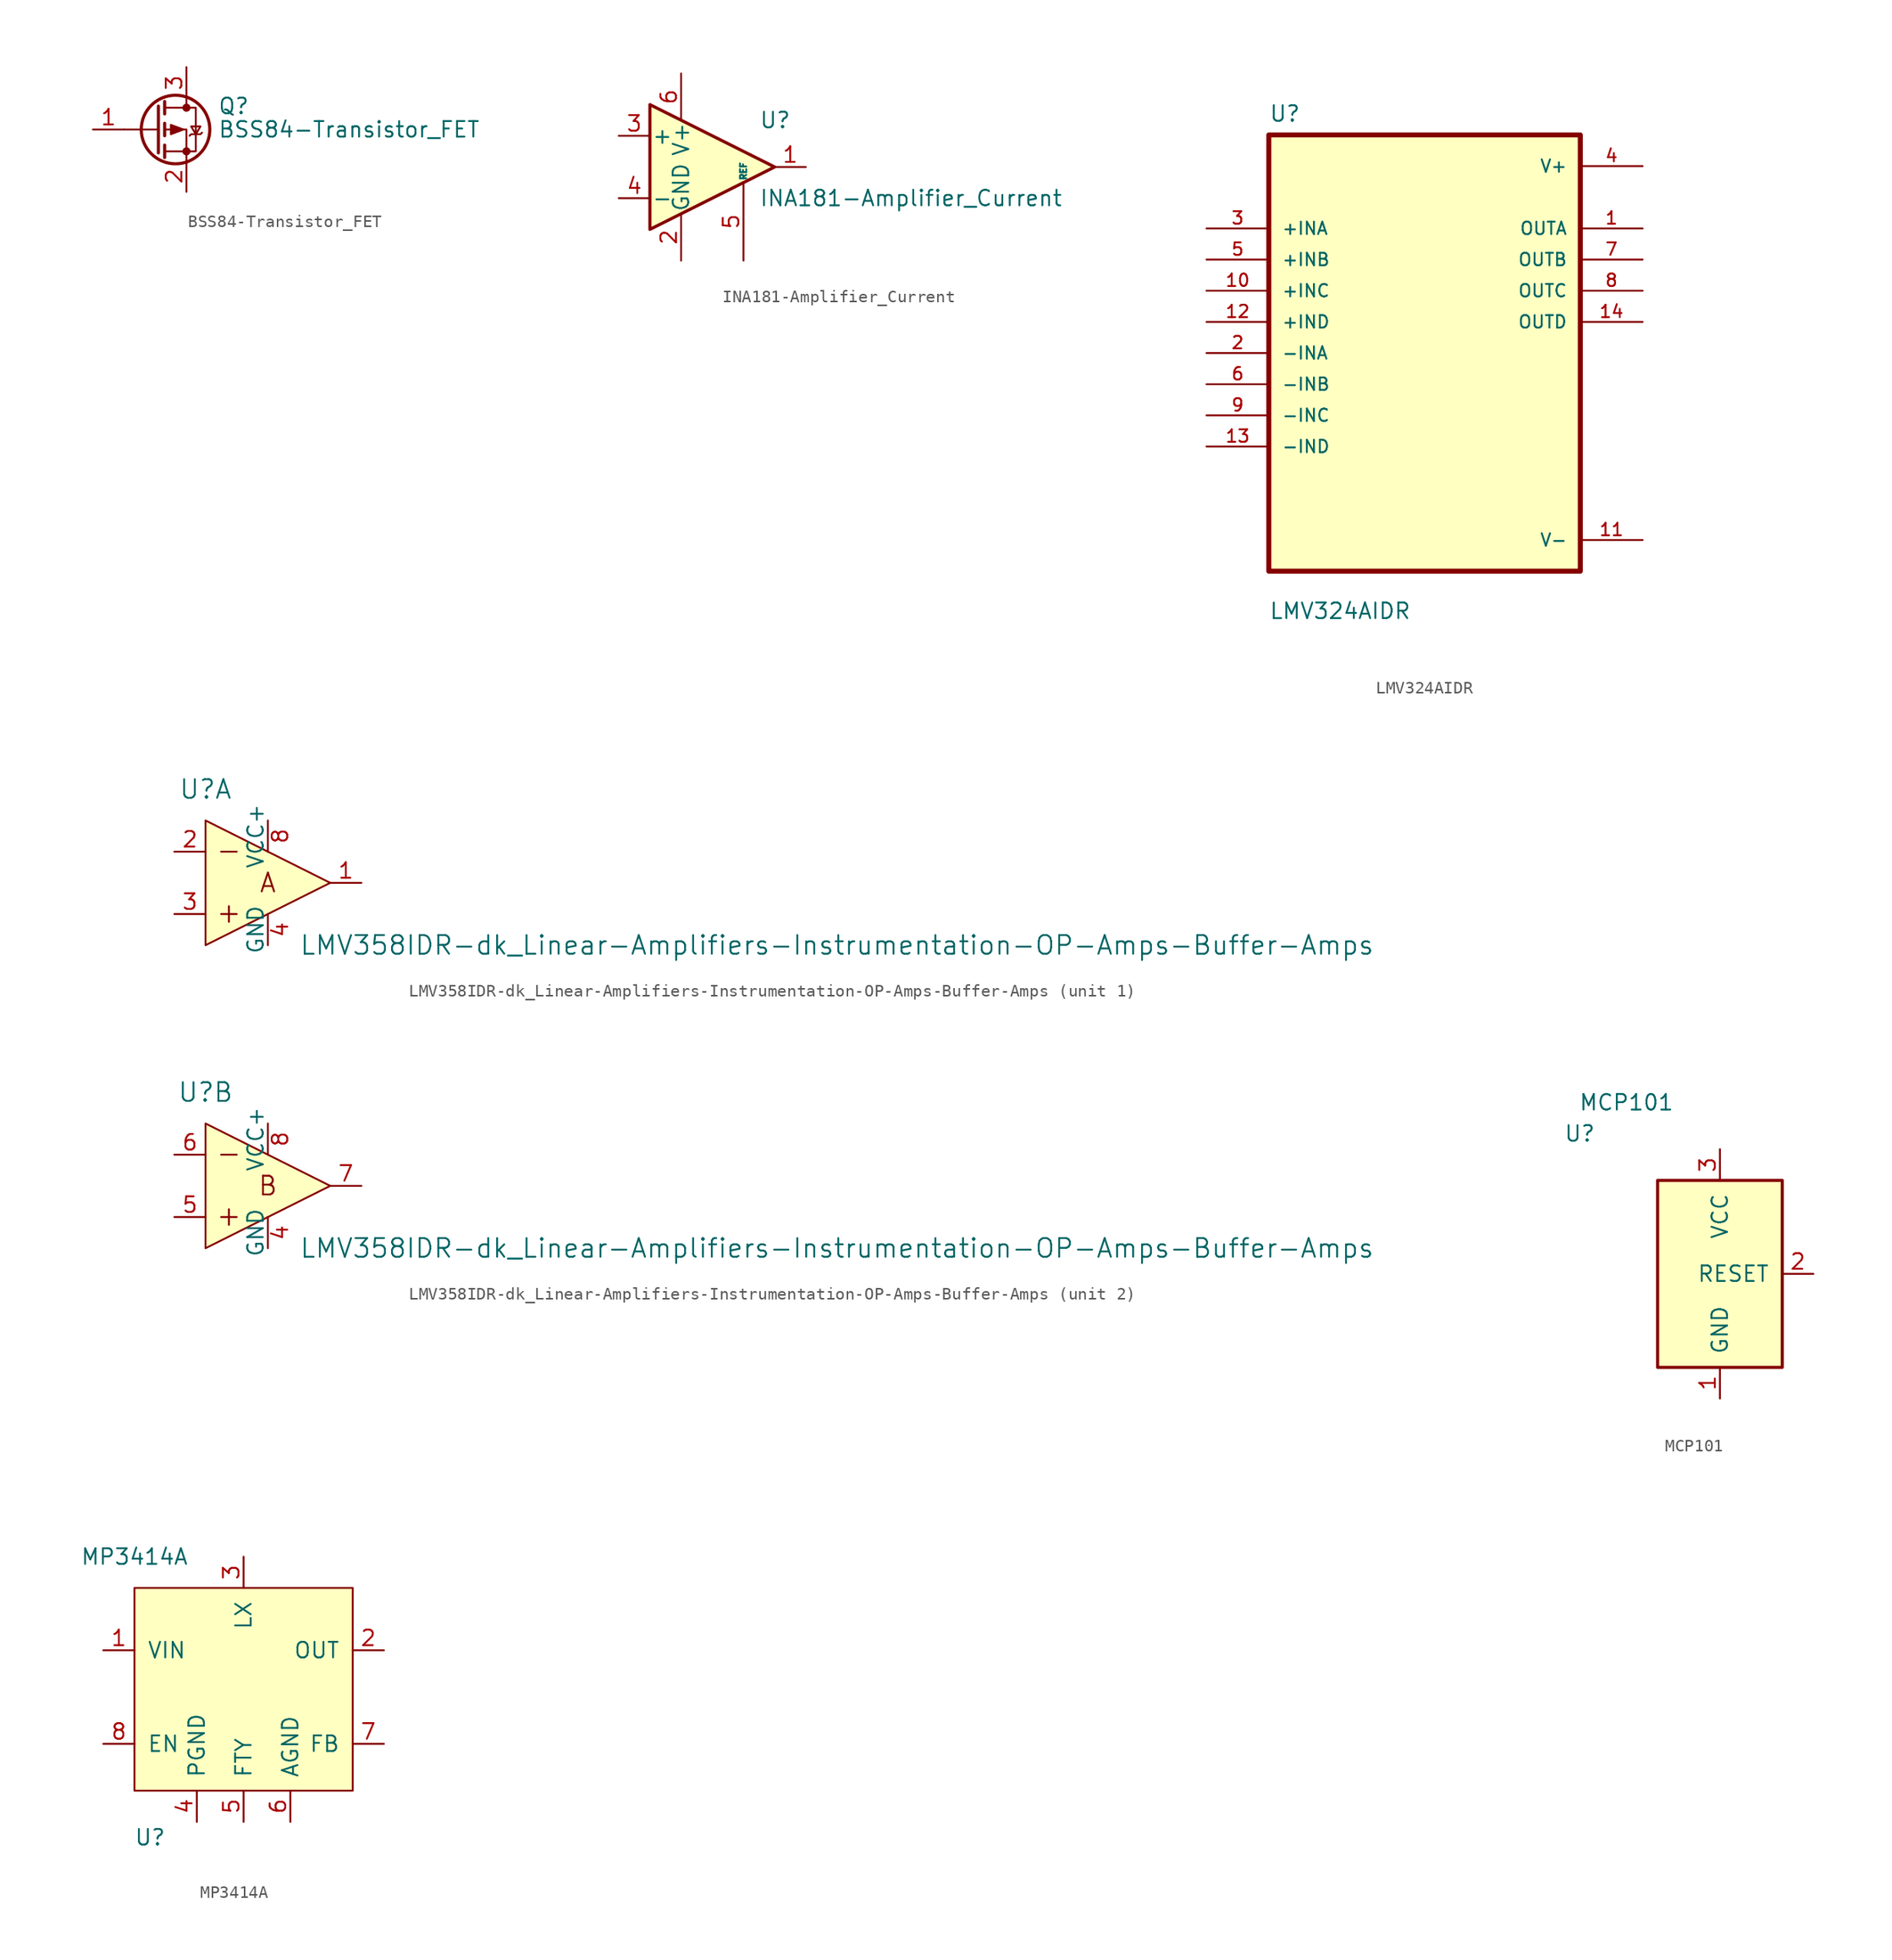
<source format=kicad_sym>
(kicad_symbol_lib
  (version 20211014)
  (generator kicad_symbol_editor)
  (symbol "BSS84-Transistor_FET"
    (pin_names hide)
    (property "Reference" "Q"
      (at 5.08 1.905 0)
      (effects (font (size 1.27 1.27)) (justify left)))
    (property "Value" "BSS84-Transistor_FET"
      (at 5.08 0 0)
      (effects (font (size 1.27 1.27)) (justify left)))
    (symbol "BSS84-Transistor_FET_0_1"
      (polyline (pts (xy 0.254 0) (xy -2.54 0)) (stroke (width 0) (type default) (color 0 0 0 0)) (fill (type none)))
      (polyline (pts (xy 0.254 1.905) (xy 0.254 -1.905)) (stroke (width 0.254) (type default) (color 0 0 0 0)) (fill (type none)))
      (polyline (pts (xy 0.762 -1.27) (xy 0.762 -2.286)) (stroke (width 0.254) (type default) (color 0 0 0 0)) (fill (type none)))
      (polyline (pts (xy 0.762 0.508) (xy 0.762 -0.508)) (stroke (width 0.254) (type default) (color 0 0 0 0)) (fill (type none)))
      (polyline (pts (xy 0.762 2.286) (xy 0.762 1.27)) (stroke (width 0.254) (type default) (color 0 0 0 0)) (fill (type none)))
      (polyline (pts (xy 2.54 2.54) (xy 2.54 1.778)) (stroke (width 0) (type default) (color 0 0 0 0)) (fill (type none)))
      (polyline (pts (xy 2.54 -2.54) (xy 2.54 0) (xy 0.762 0)) (stroke (width 0) (type default) (color 0 0 0 0)) (fill (type none)))
      (polyline (pts (xy 0.762 1.778) (xy 3.302 1.778) (xy 3.302 -1.778) (xy 0.762 -1.778)) (stroke (width 0) (type default) (color 0 0 0 0)) (fill (type none)))
      (polyline (pts (xy 2.286 0) (xy 1.27 0.381) (xy 1.27 -0.381) (xy 2.286 0)) (stroke (width 0) (type default) (color 0 0 0 0)) (fill (type outline)))
      (polyline (pts (xy 2.794 -0.508) (xy 2.921 -0.381) (xy 3.683 -0.381) (xy 3.81 -0.254)) (stroke (width 0) (type default) (color 0 0 0 0)) (fill (type none)))
      (polyline (pts (xy 3.302 -0.381) (xy 2.921 0.254) (xy 3.683 0.254) (xy 3.302 -0.381)) (stroke (width 0) (type default) (color 0 0 0 0)) (fill (type none)))
      (circle (center 1.651 0) (radius 2.794) (stroke (width 0.254) (type default) (color 0 0 0 0)) (fill (type none)))
      (circle (center 2.54 -1.778) (radius 0.254) (stroke (width 0) (type default) (color 0 0 0 0)) (fill (type outline)))
      (circle (center 2.54 1.778) (radius 0.254) (stroke (width 0) (type default) (color 0 0 0 0)) (fill (type outline))))
    (symbol "BSS84-Transistor_FET_1_1"
      (pin input line (at -5.08 0 0) (length 2.54) (name "G" (effects (font (size 1.27 1.27)))) (number "1" (effects (font (size 1.27 1.27)))))
      (pin passive line (at 2.54 -5.08 90) (length 2.54) (name "S" (effects (font (size 1.27 1.27)))) (number "2" (effects (font (size 1.27 1.27)))))
      (pin passive line (at 2.54 5.08 270) (length 2.54) (name "D" (effects (font (size 1.27 1.27)))) (number "3" (effects (font (size 1.27 1.27)))))))
  (symbol "INA181-Amplifier_Current"
    (pin_names
      (offset 0.127))
    (property "Reference" "U"
      (at 3.81 3.81 0)
      (effects (font (size 1.27 1.27)) (justify left)))
    (property "Value" "INA181-Amplifier_Current"
      (at 3.81 -2.54 0)
      (effects (font (size 1.27 1.27)) (justify left)))
    (symbol "INA181-Amplifier_Current_0_1"
      (polyline (pts (xy 5.08 0) (xy -5.08 5.08) (xy -5.08 -5.08) (xy 5.08 0)) (stroke (width 0.254) (type default) (color 0 0 0 0)) (fill (type background))))
    (symbol "INA181-Amplifier_Current_1_1"
      (pin output line (at 7.62 0 180) (length 2.54) (name "~" (effects (font (size 1.27 1.27)))) (number "1" (effects (font (size 1.27 1.27)))))
      (pin power_in line (at -2.54 -7.62 90) (length 3.81) (name "GND" (effects (font (size 1.27 1.27)))) (number "2" (effects (font (size 1.27 1.27)))))
      (pin input line (at -7.62 2.54 0) (length 2.54) (name "+" (effects (font (size 1.27 1.27)))) (number "3" (effects (font (size 1.27 1.27)))))
      (pin input line (at -7.62 -2.54 0) (length 2.54) (name "-" (effects (font (size 1.27 1.27)))) (number "4" (effects (font (size 1.27 1.27)))))
      (pin input line (at 2.54 -7.62 90) (length 6.35) (name "REF" (effects (font (size 0.508 0.508)))) (number "5" (effects (font (size 1.27 1.27)))))
      (pin power_in line (at -2.54 7.62 270) (length 3.81) (name "V+" (effects (font (size 1.27 1.27)))) (number "6" (effects (font (size 1.27 1.27)))))))
  (symbol "LMV324AIDR"
    (pin_names
      (offset 1.016))
    (property "Reference" "U"
      (at -12.7 18.771 0)
      (effects (font (size 1.27 1.27)) (justify left bottom)))
    (property "Value" "LMV324AIDR"
      (at -12.7 -21.768 0)
      (effects (font (size 1.27 1.27)) (justify left bottom)))
    (property "ki_locked" ""
      (at 0 0 0)
      (effects (font (size 1.27 1.27))))
    (symbol "LMV324AIDR_0_0"
      (rectangle (start -12.7 -17.78) (end 12.7 17.78) (stroke (width 0.406) (type default) (color 0 0 0 0)) (fill (type background)))
      (pin output line (at 17.78 10.16 180) (length 5.08) (name "OUTA" (effects (font (size 1.016 1.016)))) (number "1" (effects (font (size 1.016 1.016)))))
      (pin input line (at -17.78 5.08 0) (length 5.08) (name "+INC" (effects (font (size 1.016 1.016)))) (number "10" (effects (font (size 1.016 1.016)))))
      (pin power_in line (at 17.78 -15.24 180) (length 5.08) (name "V-" (effects (font (size 1.016 1.016)))) (number "11" (effects (font (size 1.016 1.016)))))
      (pin input line (at -17.78 2.54 0) (length 5.08) (name "+IND" (effects (font (size 1.016 1.016)))) (number "12" (effects (font (size 1.016 1.016)))))
      (pin input line (at -17.78 -7.62 0) (length 5.08) (name "-IND" (effects (font (size 1.016 1.016)))) (number "13" (effects (font (size 1.016 1.016)))))
      (pin output line (at 17.78 2.54 180) (length 5.08) (name "OUTD" (effects (font (size 1.016 1.016)))) (number "14" (effects (font (size 1.016 1.016)))))
      (pin input line (at -17.78 0 0) (length 5.08) (name "-INA" (effects (font (size 1.016 1.016)))) (number "2" (effects (font (size 1.016 1.016)))))
      (pin input line (at -17.78 10.16 0) (length 5.08) (name "+INA" (effects (font (size 1.016 1.016)))) (number "3" (effects (font (size 1.016 1.016)))))
      (pin power_in line (at 17.78 15.24 180) (length 5.08) (name "V+" (effects (font (size 1.016 1.016)))) (number "4" (effects (font (size 1.016 1.016)))))
      (pin input line (at -17.78 7.62 0) (length 5.08) (name "+INB" (effects (font (size 1.016 1.016)))) (number "5" (effects (font (size 1.016 1.016)))))
      (pin input line (at -17.78 -2.54 0) (length 5.08) (name "-INB" (effects (font (size 1.016 1.016)))) (number "6" (effects (font (size 1.016 1.016)))))
      (pin output line (at 17.78 7.62 180) (length 5.08) (name "OUTB" (effects (font (size 1.016 1.016)))) (number "7" (effects (font (size 1.016 1.016)))))
      (pin output line (at 17.78 5.08 180) (length 5.08) (name "OUTC" (effects (font (size 1.016 1.016)))) (number "8" (effects (font (size 1.016 1.016)))))
      (pin input line (at -17.78 -5.08 0) (length 5.08) (name "-INC" (effects (font (size 1.016 1.016)))) (number "9" (effects (font (size 1.016 1.016)))))))
  (symbol "LMV358IDR-dk_Linear-Amplifiers-Instrumentation-OP-Amps-Buffer-Amps"
    (pin_names
      (offset 0))
    (property "Reference" "U"
      (at -5.08 7.62 0)
      (effects (font (size 1.524 1.524))))
    (property "Value" "LMV358IDR-dk_Linear-Amplifiers-Instrumentation-OP-Amps-Buffer-Amps"
      (at 2.54 -5.08 0)
      (effects (font (size 1.524 1.524)) (justify left)))
    (property "ki_locked" ""
      (at 0 0 0)
      (effects (font (size 1.27 1.27))))
    (symbol "LMV358IDR-dk_Linear-Amplifiers-Instrumentation-OP-Amps-Buffer-Amps_0_0"
      (polyline (pts (xy -3.81 -2.54) (xy -2.54 -2.54)) (stroke (width 0) (type default) (color 0 0 0 0)) (fill (type none)))
      (polyline (pts (xy -3.81 2.54) (xy -2.54 2.54)) (stroke (width 0) (type default) (color 0 0 0 0)) (fill (type none)))
      (polyline (pts (xy -3.175 -1.905) (xy -3.175 -3.175)) (stroke (width 0) (type default) (color 0 0 0 0)) (fill (type none)))
      (polyline (pts (xy -5.08 5.08) (xy -5.08 -5.08) (xy 5.08 0) (xy -5.08 5.08)) (stroke (width 0) (type default) (color 0 0 0 0)) (fill (type background))))
    (symbol "LMV358IDR-dk_Linear-Amplifiers-Instrumentation-OP-Amps-Buffer-Amps_1_0"
      (text "A" (at 0 0 0) (effects (font (size 1.524 1.524)))))
    (symbol "LMV358IDR-dk_Linear-Amplifiers-Instrumentation-OP-Amps-Buffer-Amps_1_1"
      (pin output line (at 7.62 0 180) (length 2.54) (name "~" (effects (font (size 1.27 1.27)))) (number "1" (effects (font (size 1.27 1.27)))))
      (pin input line (at -7.62 2.54 0) (length 2.54) (name "~" (effects (font (size 1.27 1.27)))) (number "2" (effects (font (size 1.27 1.27)))))
      (pin input line (at -7.62 -2.54 0) (length 2.54) (name "~" (effects (font (size 1.27 1.27)))) (number "3" (effects (font (size 1.27 1.27)))))
      (pin power_in line (at 0 -5.08 90) (length 2.54) (name "GND" (effects (font (size 1.27 1.27)))) (number "4" (effects (font (size 1.27 1.27)))))
      (pin power_in line (at 0 5.08 270) (length 2.54) (name "VCC+" (effects (font (size 1.27 1.27)))) (number "8" (effects (font (size 1.27 1.27))))))
    (symbol "LMV358IDR-dk_Linear-Amplifiers-Instrumentation-OP-Amps-Buffer-Amps_2_0"
      (text "B" (at 0 0 0) (effects (font (size 1.524 1.524)))))
    (symbol "LMV358IDR-dk_Linear-Amplifiers-Instrumentation-OP-Amps-Buffer-Amps_2_1"
      (pin power_in line (at 0 -5.08 90) (length 2.54) (name "GND" (effects (font (size 1.27 1.27)))) (number "4" (effects (font (size 1.27 1.27)))))
      (pin input line (at -7.62 -2.54 0) (length 2.54) (name "~" (effects (font (size 1.27 1.27)))) (number "5" (effects (font (size 1.27 1.27)))))
      (pin input line (at -7.62 2.54 0) (length 2.54) (name "~" (effects (font (size 1.27 1.27)))) (number "6" (effects (font (size 1.27 1.27)))))
      (pin output line (at 7.62 0 180) (length 2.54) (name "~" (effects (font (size 1.27 1.27)))) (number "7" (effects (font (size 1.27 1.27)))))
      (pin power_in line (at 0 5.08 270) (length 2.54) (name "VCC+" (effects (font (size 1.27 1.27)))) (number "8" (effects (font (size 1.27 1.27)))))))
  (symbol "MCP101"
    (pin_names
      (offset 1.016))
    (property "Reference" "U"
      (at -11.43 11.43 0)
      (effects (font (size 1.27 1.27))))
    (property "Value" "MCP101"
      (at -7.62 13.97 0)
      (effects (font (size 1.27 1.27))))
    (symbol "MCP101_1_1"
      (rectangle (start 5.08 7.62) (end -5.08 -7.62) (stroke (width 0.254) (type default) (color 0 0 0 0)) (fill (type background)))
      (pin power_in line (at 0 -10.16 90) (length 2.54) (name "GND" (effects (font (size 1.27 1.27)))) (number "1" (effects (font (size 1.27 1.27)))))
      (pin output line (at 7.62 0 180) (length 2.54) (name "RESET" (effects (font (size 1.27 1.27)))) (number "2" (effects (font (size 1.27 1.27)))))
      (pin power_in line (at 0 10.16 270) (length 2.54) (name "VCC" (effects (font (size 1.27 1.27)))) (number "3" (effects (font (size 1.27 1.27)))))))
  (symbol "MP3414A"
    (pin_names
      (offset 1.016))
    (property "Reference" "U"
      (at -7.62 -11.43 0)
      (effects (font (size 1.27 1.27))))
    (property "Value" "MP3414A"
      (at -8.89 11.43 0)
      (effects (font (size 1.27 1.27))))
    (symbol "MP3414A_1_1"
      (rectangle (start -8.89 8.89) (end 8.89 -7.62) (stroke (width 0) (type default) (color 0 0 0 0)) (fill (type background)))
      (pin power_in line (at -11.43 3.81 0) (length 2.54) (name "VIN" (effects (font (size 1.27 1.27)))) (number "1" (effects (font (size 1.27 1.27)))))
      (pin power_out line (at 11.43 3.81 180) (length 2.54) (name "OUT" (effects (font (size 1.27 1.27)))) (number "2" (effects (font (size 1.27 1.27)))))
      (pin power_in line (at 0 11.43 270) (length 2.54) (name "LX" (effects (font (size 1.27 1.27)))) (number "3" (effects (font (size 1.27 1.27)))))
      (pin power_out line (at -3.81 -10.16 90) (length 2.54) (name "PGND" (effects (font (size 1.27 1.27)))) (number "4" (effects (font (size 1.27 1.27)))))
      (pin passive line (at 0 -10.16 90) (length 2.54) (name "FTY" (effects (font (size 1.27 1.27)))) (number "5" (effects (font (size 1.27 1.27)))))
      (pin input line (at 3.81 -10.16 90) (length 2.54) (name "AGND" (effects (font (size 1.27 1.27)))) (number "6" (effects (font (size 1.27 1.27)))))
      (pin input line (at 11.43 -3.81 180) (length 2.54) (name "FB" (effects (font (size 1.27 1.27)))) (number "7" (effects (font (size 1.27 1.27)))))
      (pin input line (at -11.43 -3.81 0) (length 2.54) (name "EN" (effects (font (size 1.27 1.27)))) (number "8" (effects (font (size 1.27 1.27))))))))
</source>
